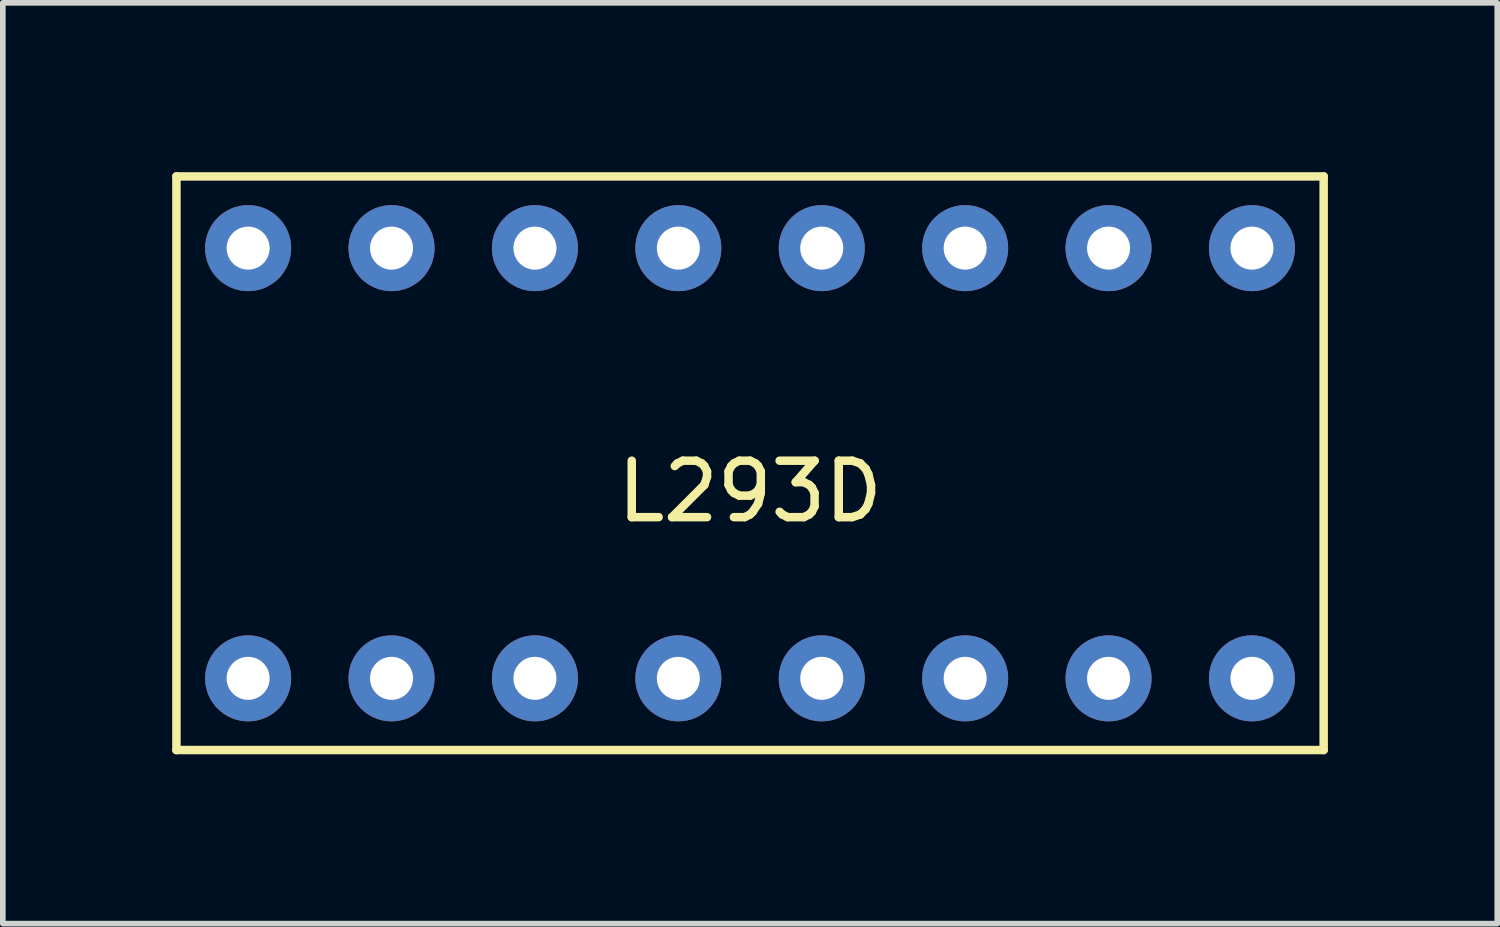
<source format=kicad_pcb>
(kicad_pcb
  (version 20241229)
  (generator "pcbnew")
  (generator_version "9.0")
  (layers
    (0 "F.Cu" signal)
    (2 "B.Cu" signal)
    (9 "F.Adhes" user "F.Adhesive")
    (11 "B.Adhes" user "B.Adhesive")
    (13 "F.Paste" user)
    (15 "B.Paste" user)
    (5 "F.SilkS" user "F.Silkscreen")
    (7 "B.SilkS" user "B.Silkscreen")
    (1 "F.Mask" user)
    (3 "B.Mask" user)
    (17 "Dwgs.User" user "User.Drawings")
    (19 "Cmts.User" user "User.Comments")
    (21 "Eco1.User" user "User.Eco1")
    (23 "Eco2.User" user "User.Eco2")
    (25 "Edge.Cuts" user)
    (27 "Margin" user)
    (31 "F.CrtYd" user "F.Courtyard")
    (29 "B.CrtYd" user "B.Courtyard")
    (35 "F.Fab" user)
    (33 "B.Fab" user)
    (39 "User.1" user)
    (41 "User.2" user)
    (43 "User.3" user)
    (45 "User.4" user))
  (footprint "L293D"
    (layer "F.Cu")
    (at 10.235 5.155)
    (property "Reference" "L293D" (at 0 0.5 0) (layer "F.SilkS") (effects (font (size 1 1) (thickness 0.15))))
    (attr through_hole)
    (fp_line (start -10.16 -5.08) (end -10.16 5.08) (stroke (width 0.15) (type solid)) (layer "F.SilkS"))
    (fp_line (start -10.16 5.08) (end 10.16 5.08) (stroke (width 0.15) (type solid)) (layer "F.SilkS"))
    (fp_line (start 10.16 -5.08) (end -10.16 -5.08) (stroke (width 0.15) (type solid)) (layer "F.SilkS"))
    (fp_line (start 10.16 5.08) (end 10.16 -5.08) (stroke (width 0.15) (type solid)) (layer "F.SilkS"))
    (pad "1" thru_hole circle (at -8.89 3.81) (size 1.524 1.524) (drill 0.762) (layers "*.Cu" "*.Mask"))
    (pad "2" thru_hole circle (at -6.35 3.81) (size 1.524 1.524) (drill 0.762) (layers "*.Cu" "*.Mask"))
    (pad "3" thru_hole circle (at -3.81 3.81) (size 1.524 1.524) (drill 0.762) (layers "*.Cu" "*.Mask"))
    (pad "4" thru_hole circle (at -1.27 3.81) (size 1.524 1.524) (drill 0.762) (layers "*.Cu" "*.Mask"))
    (pad "5" thru_hole circle (at 1.27 3.81) (size 1.524 1.524) (drill 0.762) (layers "*.Cu" "*.Mask"))
    (pad "6" thru_hole circle (at 3.81 3.81) (size 1.524 1.524) (drill 0.762) (layers "*.Cu" "*.Mask"))
    (pad "7" thru_hole circle (at 6.35 3.81) (size 1.524 1.524) (drill 0.762) (layers "*.Cu" "*.Mask"))
    (pad "8" thru_hole circle (at 8.89 3.81) (size 1.524 1.524) (drill 0.762) (layers "*.Cu" "*.Mask"))
    (pad "9" thru_hole circle (at 8.89 -3.81) (size 1.524 1.524) (drill 0.762) (layers "*.Cu" "*.Mask"))
    (pad "10" thru_hole circle (at 6.35 -3.81) (size 1.524 1.524) (drill 0.762) (layers "*.Cu" "*.Mask"))
    (pad "11" thru_hole circle (at 3.81 -3.81) (size 1.524 1.524) (drill 0.762) (layers "*.Cu" "*.Mask"))
    (pad "12" thru_hole circle (at 1.27 -3.81) (size 1.524 1.524) (drill 0.762) (layers "*.Cu" "*.Mask"))
    (pad "13" thru_hole circle (at -1.27 -3.81) (size 1.524 1.524) (drill 0.762) (layers "*.Cu" "*.Mask"))
    (pad "14" thru_hole circle (at -3.81 -3.81) (size 1.524 1.524) (drill 0.762) (layers "*.Cu" "*.Mask"))
    (pad "15" thru_hole circle (at -6.35 -3.81) (size 1.524 1.524) (drill 0.762) (layers "*.Cu" "*.Mask"))
    (pad "16" thru_hole circle (at -8.89 -3.81) (size 1.524 1.524) (drill 0.762) (layers "*.Cu" "*.Mask")))
  (gr_rect
    (start -3 -3)
    (end 23.47 13.31)
    (stroke (width 0.1) (type default))
    (fill no)
    (layer "Edge.Cuts")))
</source>
